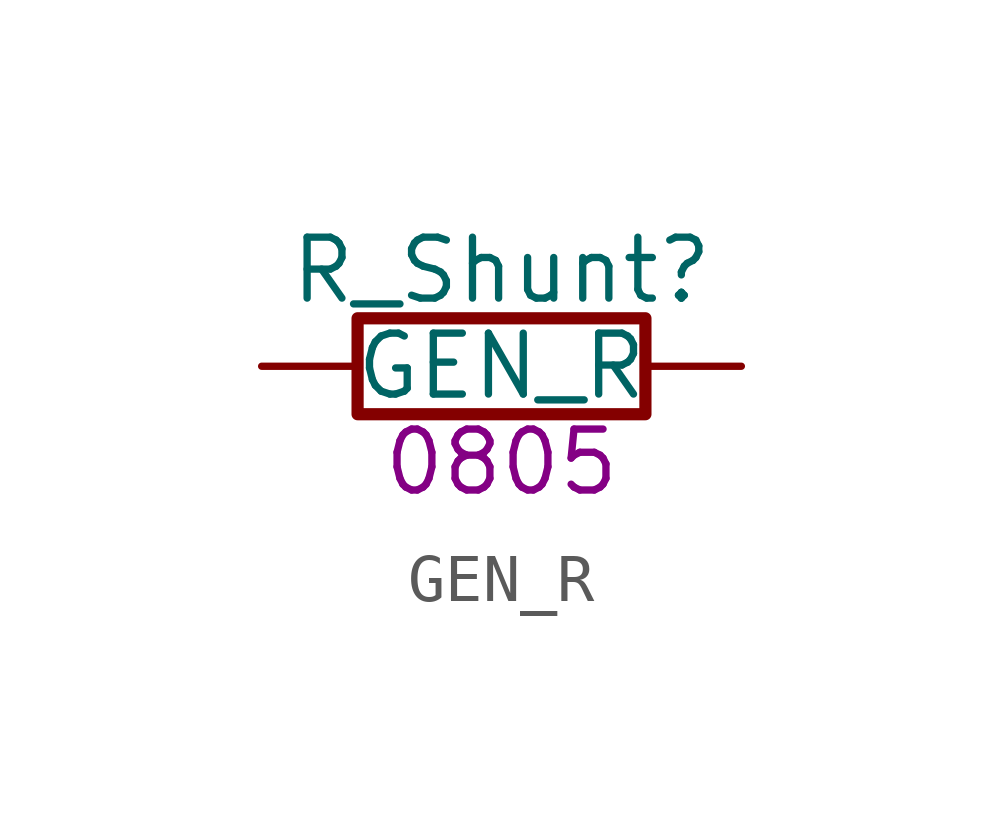
<source format=kicad_sym>
(kicad_symbol_lib
  (version 20211014)
  (generator kicad_symbol_editor)
  (symbol "GEN_R"
    (pin_numbers hide)
    (pin_names hide)
    (property "Reference" "R_Shunt"
      (at 0 1 0)
      (effects (font (size 1.27 1.27))))
    (property "Value" "GEN_R"
      (at 0 -1 0)
      (effects (font (size 1.27 1.27))))
    (property "Size" "0805"
      (at 0 -3 0)
      (effects (font (size 1.27 1.27))))
    (symbol "GEN_R_0_1"
      (rectangle (start -3 0) (end 3 -2) (stroke (width 0.254) (type default) (color 0 0 0 0)) (fill (type none))))
    (symbol "GEN_R_1_1"
      (pin passive line (at -5 -1 0) (length 2) (name "~" (effects (font (size 1.27 1.27)))) (number "1" (effects (font (size 1.27 1.27)))))
      (pin passive line (at 5 -1 180) (length 2) (name "~" (effects (font (size 1.27 1.27)))) (number "2" (effects (font (size 1.27 1.27))))))))
</source>
